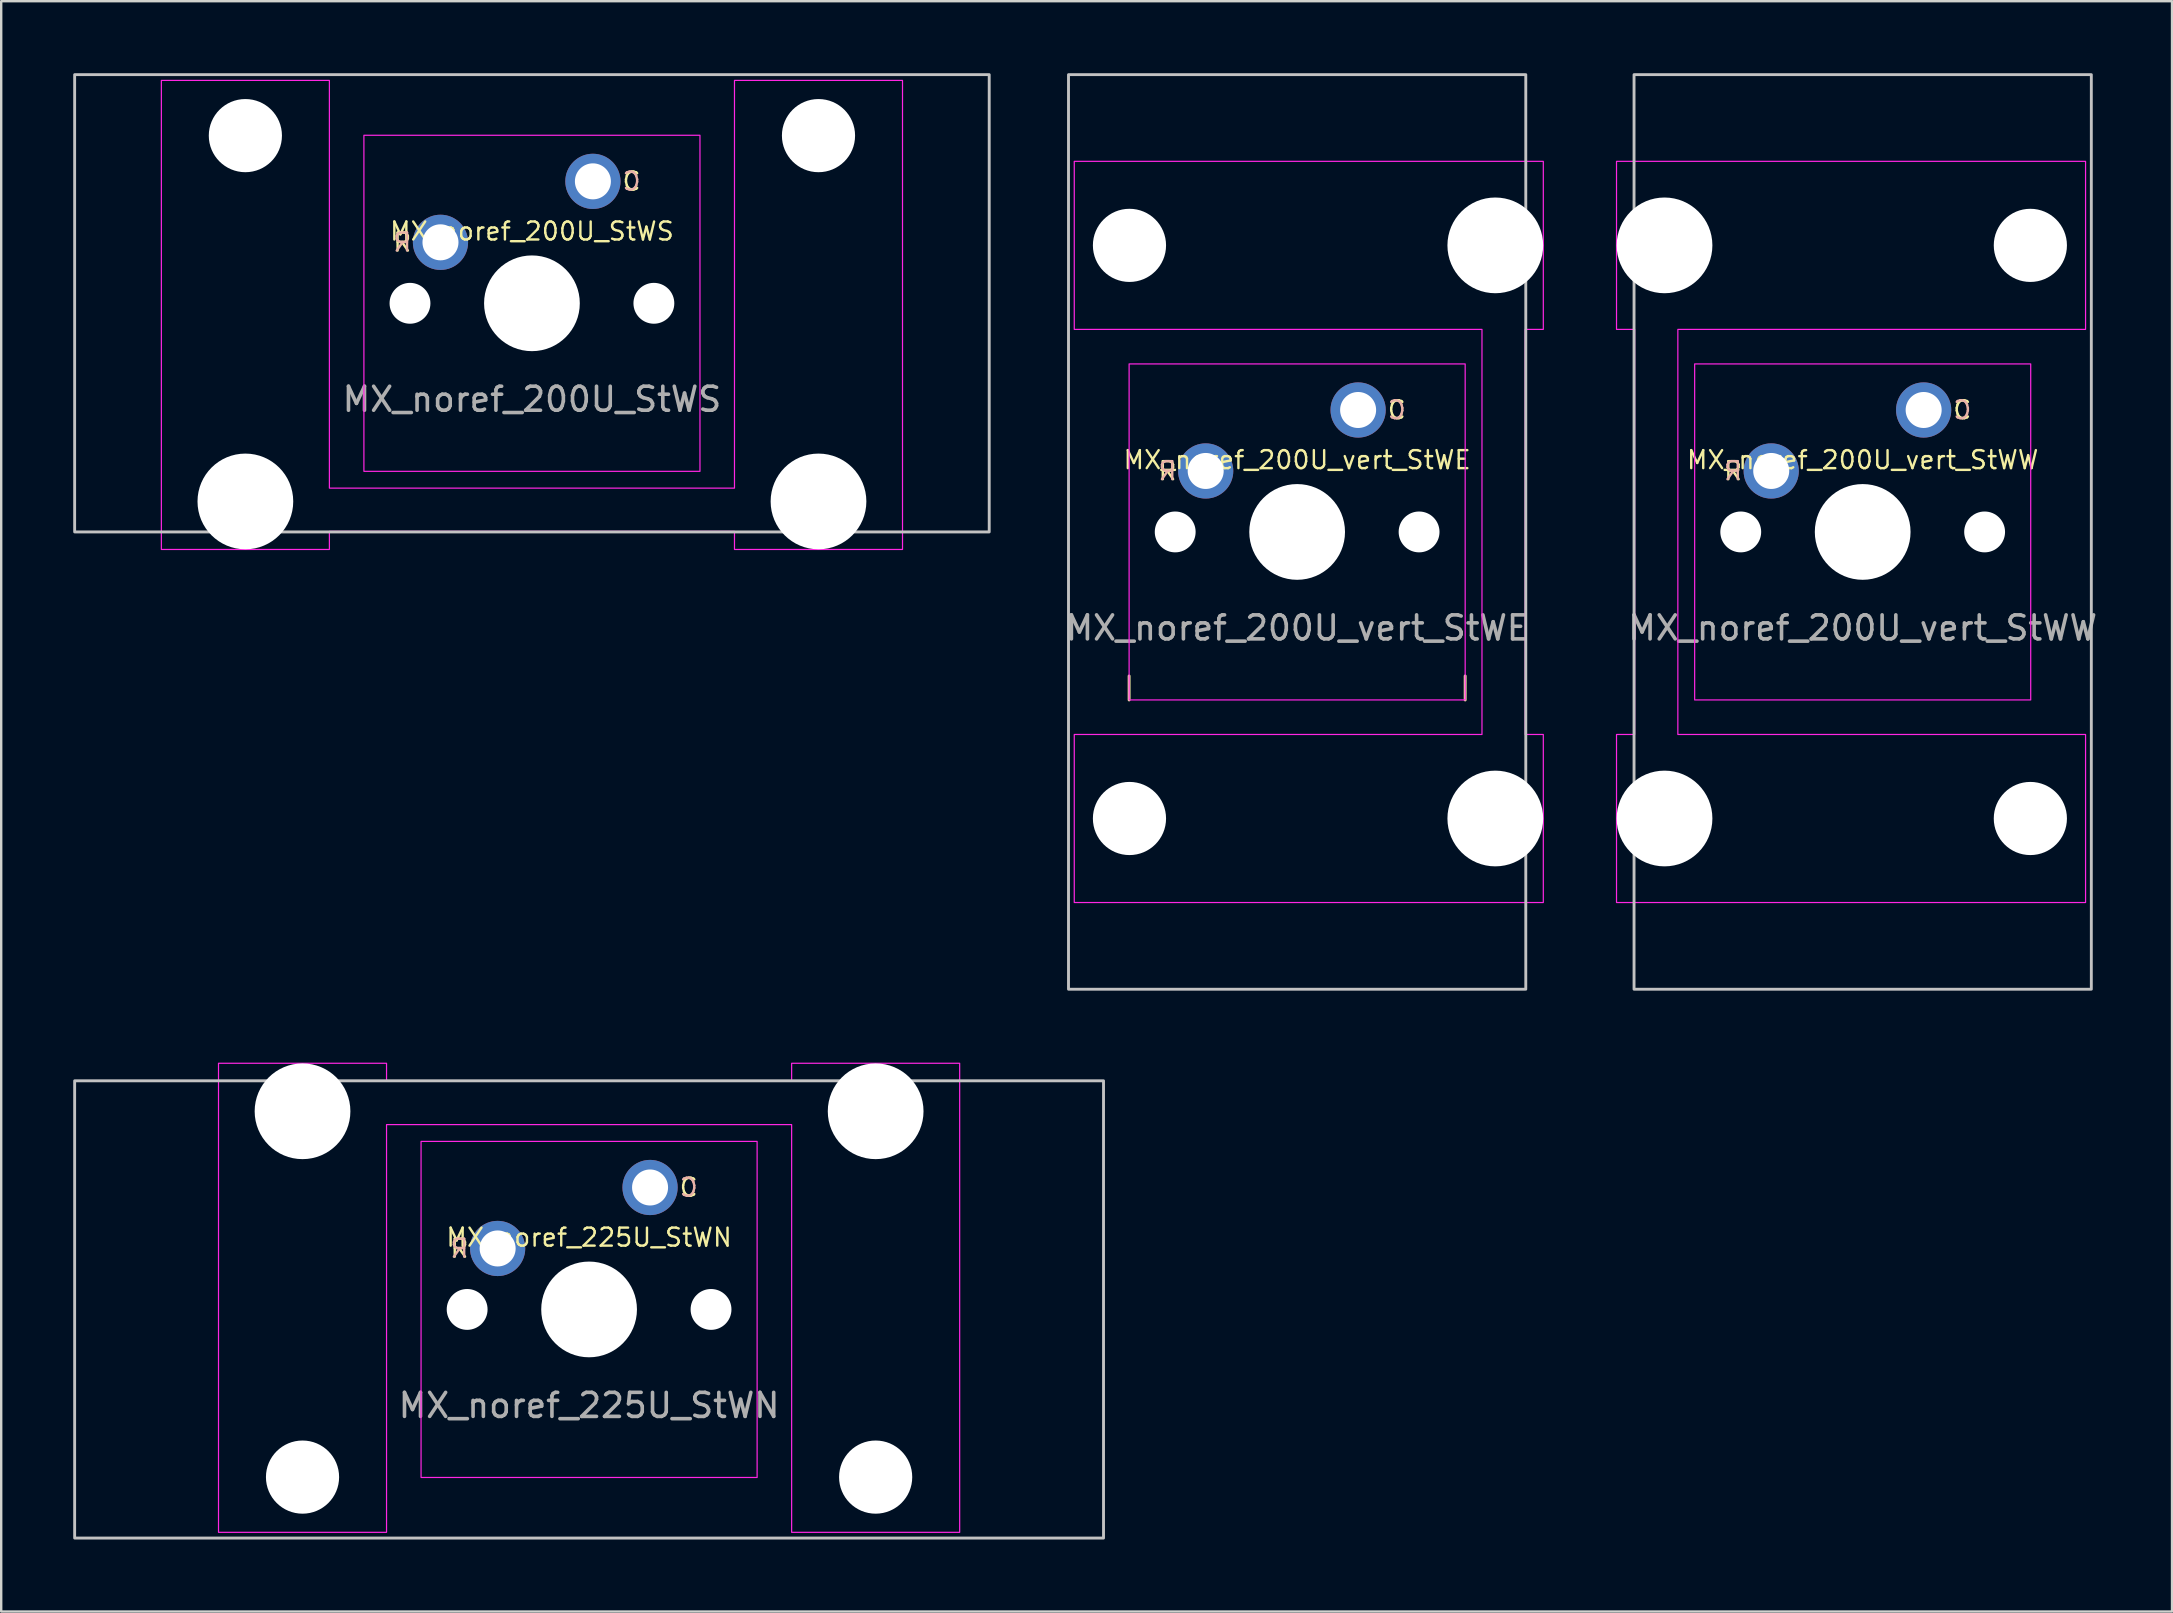
<source format=kicad_pcb>
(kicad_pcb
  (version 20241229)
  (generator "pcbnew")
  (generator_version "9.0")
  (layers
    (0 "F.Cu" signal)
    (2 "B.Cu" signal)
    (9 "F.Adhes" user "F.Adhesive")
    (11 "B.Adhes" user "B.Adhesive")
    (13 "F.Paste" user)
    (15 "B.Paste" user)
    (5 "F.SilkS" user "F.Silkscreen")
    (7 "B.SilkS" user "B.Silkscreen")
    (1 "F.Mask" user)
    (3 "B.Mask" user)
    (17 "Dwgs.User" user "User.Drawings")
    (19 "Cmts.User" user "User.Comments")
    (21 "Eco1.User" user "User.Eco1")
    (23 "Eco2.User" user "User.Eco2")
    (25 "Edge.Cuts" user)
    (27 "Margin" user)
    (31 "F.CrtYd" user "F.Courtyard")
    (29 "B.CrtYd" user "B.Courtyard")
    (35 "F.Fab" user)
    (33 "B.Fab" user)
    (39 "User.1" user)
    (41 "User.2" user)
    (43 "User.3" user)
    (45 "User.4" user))
  (footprint "MX_noref_200U_vert_StWW"
    (layer "F.Cu")
    (at 74.548 19.11)
    (property "Reference" "MX_noref_200U_vert_StWW" (at 0 -3 0) (unlocked yes) (layer "F.SilkS") (effects (font (size 0.75 0.75) (thickness 0.1))))
    (attr through_hole)
    (fp_rect (start -9.525 19.05) (end 9.525 -19.05) (stroke (width 0.12) (type solid)) (fill no) (layer "Dwgs.User"))
    (fp_rect (start -7 -7) (end 7 7) (stroke (width 0.05) (type solid)) (fill no) (layer "F.CrtYd"))
    (fp_poly (pts (xy -7.7 -8.438) (xy -7.7 8.438) (xy 9.285 8.438) (xy 9.285 15.438) (xy -10.255 15.438) (xy -10.255 8.438) (xy -9.5 8.438) (xy -9.5 -8.438) (xy -10.255 -8.438) (xy -10.255 -15.438) (xy 9.285 -15.438) (xy 9.285 -8.438)) (stroke (width 0.05) (type solid)) (fill no) (layer "F.CrtYd"))
    (fp_text user "R" (at -5.4 -2.54 0) (unlocked yes) (layer "F.SilkS") (effects (font (size 0.75 0.75) (thickness 0.1))))
    (fp_text user "C" (at 4.15 -5.08 0) (unlocked yes) (layer "F.SilkS") (effects (font (size 0.75 0.75) (thickness 0.1))))
    (fp_text user "R" (at -5.4 -2.54 0) (unlocked yes) (layer "B.SilkS") (effects (font (size 0.75 0.75) (thickness 0.1)) (justify mirror)))
    (fp_text user "C" (at 4.15 -5.08 0) (unlocked yes) (layer "B.SilkS") (effects (font (size 0.75 0.75) (thickness 0.1)) (justify mirror)))
    (fp_text user "${REFERENCE}" (at 0 4 0) (unlocked yes) (layer "F.Fab") (effects (font (size 1 1) (thickness 0.15))))
    (pad "" np_thru_hole circle (at -8.255 -11.938 270) (size 3.988 3.988) (drill 3.988) (layers "*.Cu" "*.Mask"))
    (pad "" np_thru_hole circle (at -8.255 11.938 270) (size 3.988 3.988) (drill 3.988) (layers "*.Cu" "*.Mask"))
    (pad "" np_thru_hole circle (at -5.08 0) (size 1.702 1.702) (drill 1.702) (layers "*.Cu" "*.Mask"))
    (pad "" np_thru_hole circle (at 0 0) (size 3.988 3.988) (drill 3.988) (layers "*.Cu" "*.Mask"))
    (pad "" np_thru_hole circle (at 5.08 0) (size 1.702 1.702) (drill 1.702) (layers "*.Cu" "*.Mask"))
    (pad "" np_thru_hole circle (at 6.985 -11.938 270) (size 3.048 3.048) (drill 3.048) (layers "*.Cu" "*.Mask"))
    (pad "" np_thru_hole circle (at 6.985 11.938 270) (size 3.048 3.048) (drill 3.048) (layers "*.Cu" "*.Mask"))
    (pad "1" thru_hole circle (at 2.54 -5.08) (size 2.3 2.3) (drill 1.5) (layers "*.Cu" "*.Mask"))
    (pad "2" thru_hole circle (at -3.81 -2.54) (size 2.3 2.3) (drill 1.5) (layers "*.Cu" "*.Mask")))
  (footprint "MX_noref_200U_StWS"
    (layer "F.Cu")
    (at 19.11 9.585)
    (property "Reference" "MX_noref_200U_StWS" (at 0 -3 0) (unlocked yes) (layer "F.SilkS") (effects (font (size 0.75 0.75) (thickness 0.1))))
    (attr through_hole)
    (fp_rect (start -19.05 -9.525) (end 19.05 9.525) (stroke (width 0.12) (type solid)) (fill no) (layer "Dwgs.User"))
    (fp_rect (start -7 -7) (end 7 7) (stroke (width 0.05) (type solid)) (fill no) (layer "F.CrtYd"))
    (fp_poly (pts (xy -8.438 7.7) (xy 8.438 7.7) (xy 8.438 -9.285) (xy 15.438 -9.285) (xy 15.438 10.255) (xy 8.438 10.255) (xy 8.438 9.5) (xy -8.438 9.5) (xy -8.438 10.255) (xy -15.438 10.255) (xy -15.438 -9.285) (xy -8.438 -9.285)) (stroke (width 0.05) (type solid)) (fill no) (layer "F.CrtYd"))
    (fp_text user "C" (at 4.15 -5.08 0) (unlocked yes) (layer "F.SilkS") (effects (font (size 0.75 0.75) (thickness 0.1))))
    (fp_text user "R" (at -5.4 -2.54 0) (unlocked yes) (layer "F.SilkS") (effects (font (size 0.75 0.75) (thickness 0.1))))
    (fp_text user "R" (at -5.4 -2.54 0) (unlocked yes) (layer "B.SilkS") (effects (font (size 0.75 0.75) (thickness 0.1)) (justify mirror)))
    (fp_text user "C" (at 4.15 -5.08 0) (unlocked yes) (layer "B.SilkS") (effects (font (size 0.75 0.75) (thickness 0.1)) (justify mirror)))
    (fp_text user "${REFERENCE}" (at 0 4 0) (unlocked yes) (layer "F.Fab") (effects (font (size 1 1) (thickness 0.15))))
    (pad "" np_thru_hole circle (at -11.938 -6.985) (size 3.048 3.048) (drill 3.048) (layers "*.Cu" "*.Mask"))
    (pad "" np_thru_hole circle (at -11.938 8.255) (size 3.988 3.988) (drill 3.988) (layers "*.Cu" "*.Mask"))
    (pad "" np_thru_hole circle (at -5.08 0) (size 1.702 1.702) (drill 1.702) (layers "*.Cu" "*.Mask"))
    (pad "" np_thru_hole circle (at 0 0) (size 3.988 3.988) (drill 3.988) (layers "*.Cu" "*.Mask"))
    (pad "" np_thru_hole circle (at 5.08 0) (size 1.702 1.702) (drill 1.702) (layers "*.Cu" "*.Mask"))
    (pad "" np_thru_hole circle (at 11.938 -6.985) (size 3.048 3.048) (drill 3.048) (layers "*.Cu" "*.Mask"))
    (pad "" np_thru_hole circle (at 11.938 8.255) (size 3.988 3.988) (drill 3.988) (layers "*.Cu" "*.Mask"))
    (pad "1" thru_hole circle (at 2.54 -5.08) (size 2.3 2.3) (drill 1.5) (layers "*.Cu" "*.Mask"))
    (pad "2" thru_hole circle (at -3.81 -2.54) (size 2.3 2.3) (drill 1.5) (layers "*.Cu" "*.Mask")))
  (footprint "MX_noref_225U_StWN"
    (layer "F.Cu")
    (at 21.491 51.5)
    (property "Reference" "MX_noref_225U_StWN" (at 0 -3 0) (unlocked yes) (layer "F.SilkS") (effects (font (size 0.75 0.75) (thickness 0.1))))
    (attr through_hole)
    (fp_rect (start -21.431 -9.525) (end 21.431 9.525) (stroke (width 0.12) (type solid)) (fill no) (layer "Dwgs.User"))
    (fp_rect (start -7 -7) (end 7 7) (stroke (width 0.05) (type solid)) (fill no) (layer "F.CrtYd"))
    (fp_poly (pts (xy 8.438 -7.7) (xy -8.438 -7.7) (xy -8.438 9.285) (xy -15.438 9.285) (xy -15.438 -10.255) (xy -8.438 -10.255) (xy -8.438 -9.5) (xy 8.438 -9.5) (xy 8.438 -10.255) (xy 15.438 -10.255) (xy 15.438 9.285) (xy 8.438 9.285)) (stroke (width 0.05) (type solid)) (fill no) (layer "F.CrtYd"))
    (fp_text user "C" (at 4.15 -5.08 0) (unlocked yes) (layer "F.SilkS") (effects (font (size 0.75 0.75) (thickness 0.1))))
    (fp_text user "R" (at -5.4 -2.54 0) (unlocked yes) (layer "F.SilkS") (effects (font (size 0.75 0.75) (thickness 0.1))))
    (fp_text user "C" (at 4.15 -5.08 0) (unlocked yes) (layer "B.SilkS") (effects (font (size 0.75 0.75) (thickness 0.1)) (justify mirror)))
    (fp_text user "R" (at -5.4 -2.54 0) (unlocked yes) (layer "B.SilkS") (effects (font (size 0.75 0.75) (thickness 0.1)) (justify mirror)))
    (fp_text user "${REFERENCE}" (at 0 4 0) (unlocked yes) (layer "F.Fab") (effects (font (size 1 1) (thickness 0.15))))
    (pad "" np_thru_hole circle (at -11.938 -8.255 180) (size 3.988 3.988) (drill 3.988) (layers "*.Cu" "*.Mask"))
    (pad "" np_thru_hole circle (at -11.938 6.985 180) (size 3.048 3.048) (drill 3.048) (layers "*.Cu" "*.Mask"))
    (pad "" np_thru_hole circle (at -5.08 0) (size 1.702 1.702) (drill 1.702) (layers "*.Cu" "*.Mask"))
    (pad "" np_thru_hole circle (at 0 0) (size 3.988 3.988) (drill 3.988) (layers "*.Cu" "*.Mask"))
    (pad "" np_thru_hole circle (at 5.08 0) (size 1.702 1.702) (drill 1.702) (layers "*.Cu" "*.Mask"))
    (pad "" np_thru_hole circle (at 11.938 -8.255 180) (size 3.988 3.988) (drill 3.988) (layers "*.Cu" "*.Mask"))
    (pad "" np_thru_hole circle (at 11.938 6.985 180) (size 3.048 3.048) (drill 3.048) (layers "*.Cu" "*.Mask"))
    (pad "1" thru_hole circle (at 2.54 -5.08) (size 2.3 2.3) (drill 1.5) (layers "*.Cu" "*.Mask"))
    (pad "2" thru_hole circle (at -3.81 -2.54) (size 2.3 2.3) (drill 1.5) (layers "*.Cu" "*.Mask")))
  (footprint "MX_noref_200U_vert_StWE"
    (layer "F.Cu")
    (at 50.988 19.11)
    (property "Reference" "MX_noref_200U_vert_StWE" (at 0 -3 0) (unlocked yes) (layer "F.SilkS") (effects (font (size 0.75 0.75) (thickness 0.1))))
    (attr through_hole)
    (fp_line (start -7 7) (end -7 6) (stroke (width 0.12) (type solid)) (layer "F.SilkS"))
    (fp_line (start 7 7) (end 7 6) (stroke (width 0.12) (type solid)) (layer "F.SilkS"))
    (fp_rect (start 9.525 -19.05) (end -9.525 19.05) (stroke (width 0.12) (type solid)) (fill no) (layer "Dwgs.User"))
    (fp_rect (start -7 -7) (end 7 7) (stroke (width 0.05) (type solid)) (fill no) (layer "F.CrtYd"))
    (fp_poly (pts (xy 7.7 8.438) (xy 7.7 -8.438) (xy -9.285 -8.438) (xy -9.285 -15.438) (xy 10.255 -15.438) (xy 10.255 -8.438) (xy 9.5 -8.438) (xy 9.5 8.438) (xy 10.255 8.438) (xy 10.255 15.438) (xy -9.285 15.438) (xy -9.285 8.438)) (stroke (width 0.05) (type solid)) (fill no) (layer "F.CrtYd"))
    (fp_text user "R" (at -5.4 -2.54 0) (unlocked yes) (layer "F.SilkS") (effects (font (size 0.75 0.75) (thickness 0.1))))
    (fp_text user "C" (at 4.15 -5.08 0) (unlocked yes) (layer "F.SilkS") (effects (font (size 0.75 0.75) (thickness 0.1))))
    (fp_text user "C" (at 4.15 -5.08 0) (unlocked yes) (layer "B.SilkS") (effects (font (size 0.75 0.75) (thickness 0.1)) (justify mirror)))
    (fp_text user "R" (at -5.4 -2.54 0) (unlocked yes) (layer "B.SilkS") (effects (font (size 0.75 0.75) (thickness 0.1)) (justify mirror)))
    (fp_text user "${REFERENCE}" (at 0 4 0) (unlocked yes) (layer "F.Fab") (effects (font (size 1 1) (thickness 0.15))))
    (pad "" np_thru_hole circle (at -6.985 -11.938 90) (size 3.048 3.048) (drill 3.048) (layers "*.Cu" "*.Mask"))
    (pad "" np_thru_hole circle (at -6.985 11.938 90) (size 3.048 3.048) (drill 3.048) (layers "*.Cu" "*.Mask"))
    (pad "" np_thru_hole circle (at -5.08 0) (size 1.702 1.702) (drill 1.702) (layers "*.Cu" "*.Mask"))
    (pad "" np_thru_hole circle (at 0 0) (size 3.988 3.988) (drill 3.988) (layers "*.Cu" "*.Mask"))
    (pad "" np_thru_hole circle (at 5.08 0) (size 1.702 1.702) (drill 1.702) (layers "*.Cu" "*.Mask"))
    (pad "" np_thru_hole circle (at 8.255 -11.938 90) (size 3.988 3.988) (drill 3.988) (layers "*.Cu" "*.Mask"))
    (pad "" np_thru_hole circle (at 8.255 11.938 90) (size 3.988 3.988) (drill 3.988) (layers "*.Cu" "*.Mask"))
    (pad "1" thru_hole circle (at 2.54 -5.08) (size 2.3 2.3) (drill 1.5) (layers "*.Cu" "*.Mask"))
    (pad "2" thru_hole circle (at -3.81 -2.54) (size 2.3 2.3) (drill 1.5) (layers "*.Cu" "*.Mask")))
  (gr_rect
    (start -3 -3)
    (end 87.435 64.085)
    (stroke (width 0.1) (type default))
    (fill no)
    (layer "Edge.Cuts")))
</source>
